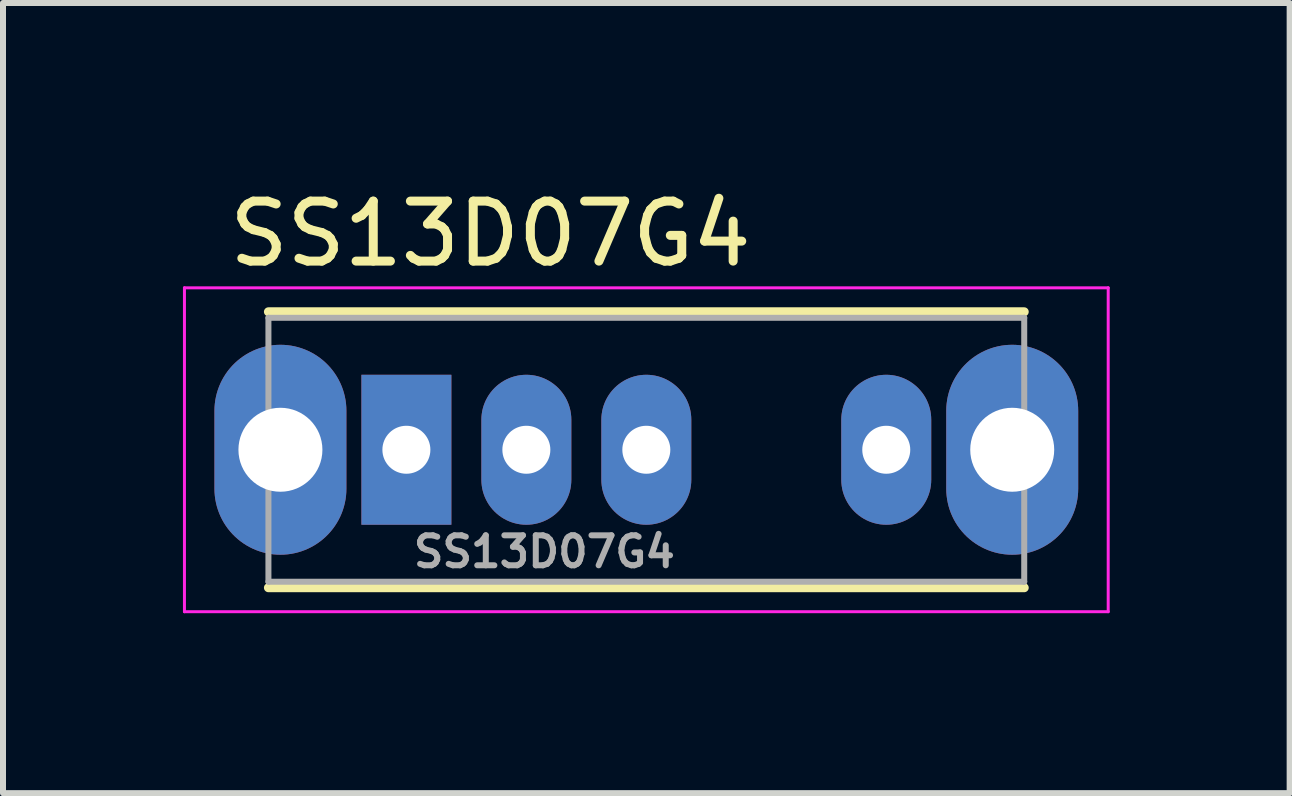
<source format=kicad_pcb>
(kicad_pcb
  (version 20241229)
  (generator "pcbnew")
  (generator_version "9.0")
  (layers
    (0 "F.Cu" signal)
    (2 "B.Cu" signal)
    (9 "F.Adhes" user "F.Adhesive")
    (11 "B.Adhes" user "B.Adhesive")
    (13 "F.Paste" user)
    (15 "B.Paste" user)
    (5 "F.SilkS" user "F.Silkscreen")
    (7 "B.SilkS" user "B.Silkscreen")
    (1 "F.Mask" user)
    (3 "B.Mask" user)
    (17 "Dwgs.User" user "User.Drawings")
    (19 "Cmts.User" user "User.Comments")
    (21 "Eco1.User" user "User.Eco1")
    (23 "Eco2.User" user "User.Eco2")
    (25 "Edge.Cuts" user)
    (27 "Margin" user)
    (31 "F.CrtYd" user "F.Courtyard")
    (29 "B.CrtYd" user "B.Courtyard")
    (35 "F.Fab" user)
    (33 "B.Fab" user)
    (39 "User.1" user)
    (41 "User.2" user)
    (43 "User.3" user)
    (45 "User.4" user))
  (footprint "SS13D07G4"
    (layer "F.Cu")
    (at 3.725 4.448)
    (property "Reference" "SS13D07G4" (at 1.4 -3.6 0) (layer "F.SilkS") (effects (font (size 1 1) (thickness 0.15))))
    (attr through_hole)
    (fp_line (start -2.3 -2.3) (end 10.3 -2.3) (stroke (width 0.15) (type solid)) (layer "F.SilkS"))
    (fp_line (start -2.3 2.3) (end 10.3 2.3) (stroke (width 0.15) (type solid)) (layer "F.SilkS"))
    (fp_line (start -3.7 -2.7) (end 11.7 -2.7) (stroke (width 0.05) (type solid)) (layer "F.CrtYd"))
    (fp_line (start -3.7 2.7) (end -3.7 -2.7) (stroke (width 0.05) (type solid)) (layer "F.CrtYd"))
    (fp_line (start 11.7 -2.7) (end 11.7 2.7) (stroke (width 0.05) (type solid)) (layer "F.CrtYd"))
    (fp_line (start 11.7 2.7) (end -3.7 2.7) (stroke (width 0.05) (type solid)) (layer "F.CrtYd"))
    (fp_line (start -2.3 -2.2) (end -2.3 2.2) (stroke (width 0.1) (type solid)) (layer "F.Fab"))
    (fp_line (start -2.3 -2.2) (end 10.3 -2.2) (stroke (width 0.1) (type solid)) (layer "F.Fab"))
    (fp_line (start -2.3 2.2) (end 10.3 2.2) (stroke (width 0.1) (type solid)) (layer "F.Fab"))
    (fp_line (start 10.3 2.2) (end 10.3 -2.2) (stroke (width 0.1) (type solid)) (layer "F.Fab"))
    (fp_text user "${REFERENCE}" (at 2.3 1.7 0) (layer "F.Fab") (effects (font (size 0.5 0.5) (thickness 0.1))))
    (pad "" thru_hole oval (at -2.1 0) (size 2.2 3.5) (drill 1.4) (layers "*.Cu" "*.Mask"))
    (pad "" thru_hole oval (at 10.1 0) (size 2.2 3.5) (drill 1.4) (layers "*.Cu" "*.Mask"))
    (pad "1" thru_hole rect (at 0 0) (size 1.5 2.5) (drill 0.8) (layers "*.Cu" "*.Mask"))
    (pad "2" thru_hole oval (at 2 0) (size 1.5 2.5) (drill 0.8) (layers "*.Cu" "*.Mask"))
    (pad "3" thru_hole oval (at 4 0) (size 1.5 2.5) (drill 0.8) (layers "*.Cu" "*.Mask"))
    (pad "4" thru_hole oval (at 8 0) (size 1.5 2.5) (drill 0.8) (layers "*.Cu" "*.Mask")))
  (gr_rect
    (start -3 -3)
    (end 18.45 10.173)
    (stroke (width 0.1) (type default))
    (fill no)
    (layer "Edge.Cuts")))
</source>
